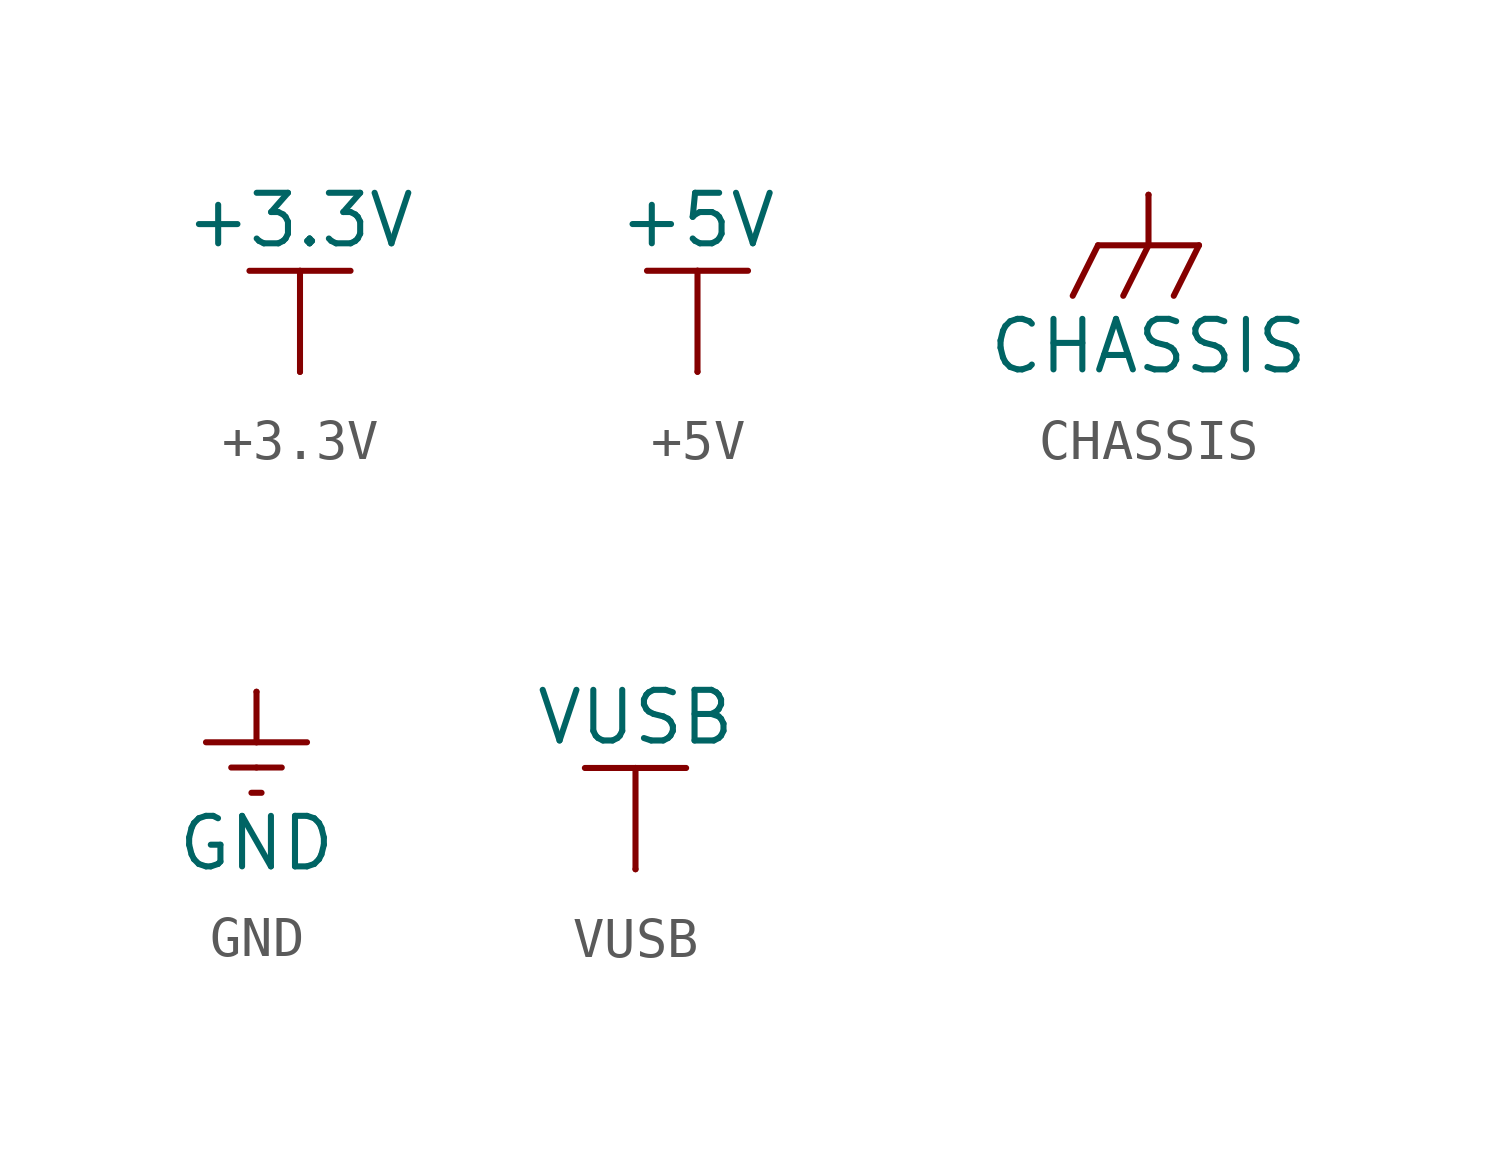
<source format=kicad_sym>
(kicad_symbol_lib
  (version 20241209)
  (generator "kicad_symbol_editor")
  (generator_version "9.0")
  (symbol "+3.3V"
    (power)
    (pin_numbers
      (hide yes))
    (pin_names
      (offset 0)
      (hide yes))
    (property "Reference" "#PWR"
      (at 0 -10.16 0)
      (effects (font (size 1.27 1.27)) (hide yes)))
    (property "Value" "+3.3V"
      (at 0 3.81 0)
      (do_not_autoplace)
      (effects (font (size 1.27 1.27))))
    (symbol "+3.3V_0_1"
      (polyline (pts (xy -1.27 2.54) (xy 0 2.54)) (stroke (width 0) (type default)) (fill (type none)))
      (polyline (pts (xy 0 2.54) (xy 1.27 2.54)) (stroke (width 0) (type default)) (fill (type none)))
      (polyline (pts (xy 0 0) (xy 0 2.54)) (stroke (width 0) (type default)) (fill (type none))))
    (symbol "+3.3V_1_1"
      (pin power_in line (at 0 0 90) (length 0) (name "~" (effects (font (size 1.27 1.27)))) (number "1" (effects (font (size 1.27 1.27)))))))
  (symbol "+5V"
    (power)
    (pin_numbers
      (hide yes))
    (pin_names
      (offset 0)
      (hide yes))
    (property "Reference" "#PWR"
      (at 0 -10.16 0)
      (effects (font (size 1.27 1.27)) (hide yes)))
    (property "Value" "+5V"
      (at 0 3.81 0)
      (do_not_autoplace)
      (effects (font (size 1.27 1.27))))
    (symbol "+5V_0_1"
      (polyline (pts (xy -1.27 2.54) (xy 0 2.54)) (stroke (width 0) (type default)) (fill (type none)))
      (polyline (pts (xy 0 2.54) (xy 1.27 2.54)) (stroke (width 0) (type default)) (fill (type none)))
      (polyline (pts (xy 0 0) (xy 0 2.54)) (stroke (width 0) (type default)) (fill (type none))))
    (symbol "+5V_1_1"
      (pin power_in line (at 0 0 90) (length 0) (name "~" (effects (font (size 1.27 1.27)))) (number "1" (effects (font (size 1.27 1.27)))))))
  (symbol "CHASSIS"
    (power)
    (pin_numbers
      (hide yes))
    (pin_names
      (offset 0)
      (hide yes))
    (property "Reference" "#PWR"
      (at 0 -10.16 0)
      (effects (font (size 1.27 1.27)) (hide yes)))
    (property "Value" "CHASSIS"
      (at 0 -1.27 0)
      (do_not_autoplace)
      (effects (font (size 1.27 1.27))))
    (symbol "CHASSIS_0_1"
      (polyline (pts (xy -1.27 1.27) (xy -1.905 0)) (stroke (width 0) (type default)) (fill (type none)))
      (polyline (pts (xy 0 2.54) (xy 0 1.27)) (stroke (width 0) (type default)) (fill (type none)))
      (polyline (pts (xy 0 1.27) (xy -1.27 1.27)) (stroke (width 0) (type default)) (fill (type none)))
      (polyline (pts (xy 0 1.27) (xy -0.635 0)) (stroke (width 0) (type default)) (fill (type none)))
      (polyline (pts (xy 1.27 1.27) (xy 0 1.27)) (stroke (width 0) (type default)) (fill (type none)))
      (polyline (pts (xy 1.27 1.27) (xy 0.635 0)) (stroke (width 0) (type default)) (fill (type none))))
    (symbol "CHASSIS_1_1"
      (pin power_in line (at 0 2.54 270) (length 0) (name "~" (effects (font (size 1.27 1.27)))) (number "1" (effects (font (size 1.27 1.27)))))))
  (symbol "GND"
    (power)
    (pin_numbers
      (hide yes))
    (pin_names
      (offset 0)
      (hide yes))
    (property "Reference" "#PWR"
      (at 0 -10.16 0)
      (effects (font (size 1.27 1.27)) (hide yes)))
    (property "Value" "GND"
      (at 0 -3.81 0)
      (do_not_autoplace)
      (effects (font (size 1.27 1.27))))
    (symbol "GND_0_1"
      (polyline (pts (xy 0 0) (xy 0 -1.27)) (stroke (width 0) (type default)) (fill (type none)))
      (polyline (pts (xy 0 -1.27) (xy -1.27 -1.27)) (stroke (width 0) (type default)) (fill (type none)))
      (polyline (pts (xy 0 -1.905) (xy -0.635 -1.905)) (stroke (width 0) (type default)) (fill (type none)))
      (polyline (pts (xy 0.127 -2.54) (xy -0.127 -2.54)) (stroke (width 0) (type default)) (fill (type none)))
      (polyline (pts (xy 0.635 -1.905) (xy 0 -1.905)) (stroke (width 0) (type default)) (fill (type none)))
      (polyline (pts (xy 1.27 -1.27) (xy 0 -1.27)) (stroke (width 0) (type default)) (fill (type none))))
    (symbol "GND_1_1"
      (pin power_in line (at 0 0 270) (length 0) (name "~" (effects (font (size 1.27 1.27)))) (number "1" (effects (font (size 1.27 1.27)))))))
  (symbol "VUSB"
    (power)
    (pin_numbers
      (hide yes))
    (pin_names
      (offset 0)
      (hide yes))
    (property "Reference" "#PWR"
      (at 0 -10.16 0)
      (effects (font (size 1.27 1.27)) (hide yes)))
    (property "Value" "VUSB"
      (at 0 3.81 0)
      (do_not_autoplace)
      (effects (font (size 1.27 1.27))))
    (symbol "VUSB_0_1"
      (polyline (pts (xy -1.27 2.54) (xy 0 2.54)) (stroke (width 0) (type default)) (fill (type none)))
      (polyline (pts (xy 0 2.54) (xy 1.27 2.54)) (stroke (width 0) (type default)) (fill (type none)))
      (polyline (pts (xy 0 0) (xy 0 2.54)) (stroke (width 0) (type default)) (fill (type none))))
    (symbol "VUSB_1_1"
      (pin power_in line (at 0 0 90) (length 0) (name "~" (effects (font (size 1.27 1.27)))) (number "1" (effects (font (size 1.27 1.27))))))))
</source>
